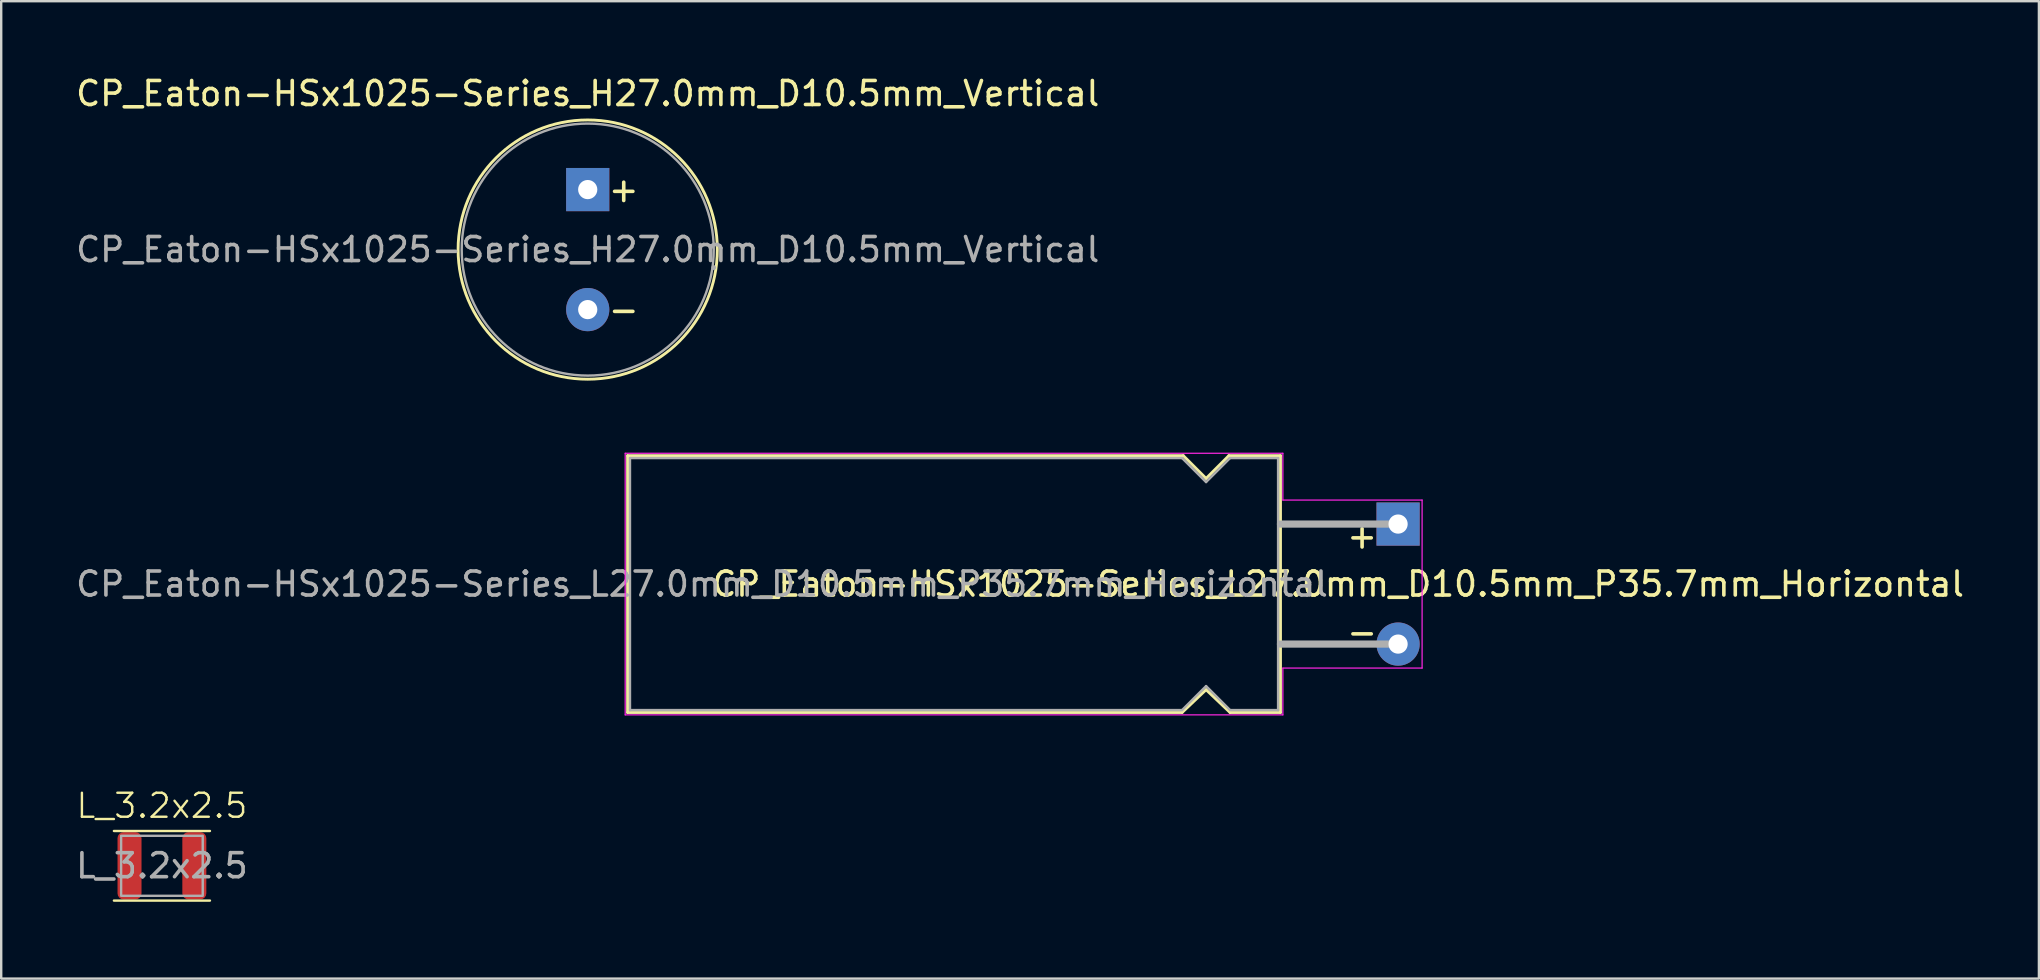
<source format=kicad_pcb>
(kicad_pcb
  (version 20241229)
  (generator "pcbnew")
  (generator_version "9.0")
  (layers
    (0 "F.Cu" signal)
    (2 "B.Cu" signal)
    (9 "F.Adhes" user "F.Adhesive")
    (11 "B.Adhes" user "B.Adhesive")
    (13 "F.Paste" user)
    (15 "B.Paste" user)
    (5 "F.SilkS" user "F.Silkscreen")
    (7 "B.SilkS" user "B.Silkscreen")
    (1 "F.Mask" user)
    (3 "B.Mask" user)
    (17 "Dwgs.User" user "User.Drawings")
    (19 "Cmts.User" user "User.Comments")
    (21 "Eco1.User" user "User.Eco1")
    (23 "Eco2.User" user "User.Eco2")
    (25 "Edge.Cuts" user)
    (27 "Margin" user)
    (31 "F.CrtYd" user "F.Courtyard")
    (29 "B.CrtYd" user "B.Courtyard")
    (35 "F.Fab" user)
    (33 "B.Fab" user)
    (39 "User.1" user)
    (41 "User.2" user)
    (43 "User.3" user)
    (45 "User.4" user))
  (footprint "L_3.2x2.5"
    (layer "F.Cu")
    (at 3.696 33.019)
    (property "Reference" "L_3.2x2.5" (at 0 -2.5 0) (unlocked yes) (layer "F.SilkS") (effects (font (size 1 1) (thickness 0.1))))
    (attr smd)
    (fp_line (start -2 -1.45) (end 2 -1.45) (stroke (width 0.1) (type default)) (layer "F.SilkS"))
    (fp_line (start -2 1.45) (end 2 1.45) (stroke (width 0.1) (type default)) (layer "F.SilkS"))
    (fp_rect (start -2.2 -1.65) (end 2.2 1.65) (stroke (width 0.1) (type default)) (fill no) (layer "Margin"))
    (fp_rect (start -1.7 -1.25) (end 1.7 1.25) (stroke (width 0.1) (type default)) (fill no) (layer "F.Fab"))
    (fp_text user "${REFERENCE}" (at 0 0 0) (unlocked yes) (layer "F.Fab") (effects (font (size 1 1) (thickness 0.15))))
    (pad "1" smd roundrect (at -1.35 0) (size 1 2.8) (layers "F.Cu" "F.Mask" "F.Paste") (roundrect_rratio 0.25))
    (pad "2" smd roundrect (at 1.35 0) (size 1 2.8) (layers "F.Cu" "F.Mask" "F.Paste") (roundrect_rratio 0.25)))
  (footprint "CP_Eaton-HSx1025-Series_L27.0mm_D10.5mm_P35.7mm_Horizontal"
    (layer "F.Cu")
    (at 55.196 21.283)
    (property "Reference" "CP_Eaton-HSx1025-Series_L27.0mm_D10.5mm_P35.7mm_Horizontal" (at -2.5 0 0) (unlocked yes) (layer "F.SilkS") (effects (font (size 1 1) (thickness 0.15))))
    (attr through_hole)
    (fp_line (start -32.1 -5.35) (end -8.95 -5.35) (stroke (width 0.12) (type solid)) (layer "F.SilkS"))
    (fp_line (start -32.1 5.35) (end -32.1 -5.35) (stroke (width 0.12) (type solid)) (layer "F.SilkS"))
    (fp_line (start -9 5.35) (end -32.1 5.35) (stroke (width 0.12) (type solid)) (layer "F.SilkS"))
    (fp_line (start -8.95 -5.35) (end -8 -4.4) (stroke (width 0.12) (type solid)) (layer "F.SilkS"))
    (fp_line (start -8 -4.4) (end -7.05 -5.35) (stroke (width 0.12) (type solid)) (layer "F.SilkS"))
    (fp_line (start -8 4.4) (end -9 5.35) (stroke (width 0.12) (type solid)) (layer "F.SilkS"))
    (fp_line (start -7.05 -5.35) (end -4.9 -5.35) (stroke (width 0.12) (type solid)) (layer "F.SilkS"))
    (fp_line (start -7 5.35) (end -8 4.4) (stroke (width 0.12) (type solid)) (layer "F.SilkS"))
    (fp_line (start -4.9 -5.35) (end -4.9 5.35) (stroke (width 0.12) (type solid)) (layer "F.SilkS"))
    (fp_line (start -4.9 -2.5) (end -1.3 -2.5) (stroke (width 0.12) (type solid)) (layer "F.SilkS"))
    (fp_line (start -4.9 2.5) (end -1.3 2.5) (stroke (width 0.12) (type solid)) (layer "F.SilkS"))
    (fp_line (start -4.9 5.35) (end -7 5.35) (stroke (width 0.12) (type solid)) (layer "F.SilkS"))
    (fp_line (start -32.2 -5.45) (end -4.8 -5.45) (stroke (width 0.05) (type solid)) (layer "F.CrtYd"))
    (fp_line (start -32.2 5.45) (end -32.2 -5.45) (stroke (width 0.05) (type solid)) (layer "F.CrtYd"))
    (fp_line (start -4.8 -5.45) (end -4.8 -3.5) (stroke (width 0.05) (type solid)) (layer "F.CrtYd"))
    (fp_line (start -4.8 -3.5) (end 1 -3.5) (stroke (width 0.05) (type solid)) (layer "F.CrtYd"))
    (fp_line (start -4.8 3.5) (end -4.8 5.45) (stroke (width 0.05) (type solid)) (layer "F.CrtYd"))
    (fp_line (start -4.8 5.45) (end -32.2 5.45) (stroke (width 0.05) (type solid)) (layer "F.CrtYd"))
    (fp_line (start 1 -3.5) (end 1 3.5) (stroke (width 0.05) (type solid)) (layer "F.CrtYd"))
    (fp_line (start 1 3.5) (end -4.8 3.5) (stroke (width 0.05) (type solid)) (layer "F.CrtYd"))
    (fp_line (start -32 -5.25) (end -9 -5.25) (stroke (width 0.1) (type solid)) (layer "F.Fab"))
    (fp_line (start -32 5.25) (end -32 -5.25) (stroke (width 0.1) (type solid)) (layer "F.Fab"))
    (fp_line (start -9 -5.25) (end -8 -4.25) (stroke (width 0.1) (type solid)) (layer "F.Fab"))
    (fp_line (start -9 5.25) (end -32 5.25) (stroke (width 0.1) (type solid)) (layer "F.Fab"))
    (fp_line (start -8 -4.25) (end -7 -5.25) (stroke (width 0.1) (type solid)) (layer "F.Fab"))
    (fp_line (start -8 4.25) (end -9 5.25) (stroke (width 0.1) (type solid)) (layer "F.Fab"))
    (fp_line (start -7 -5.25) (end -5 -5.25) (stroke (width 0.1) (type solid)) (layer "F.Fab"))
    (fp_line (start -7 5.25) (end -8 4.25) (stroke (width 0.1) (type solid)) (layer "F.Fab"))
    (fp_line (start -5 -5.25) (end -5 5.25) (stroke (width 0.1) (type solid)) (layer "F.Fab"))
    (fp_line (start -5 5.25) (end -7 5.25) (stroke (width 0.1) (type solid)) (layer "F.Fab"))
    (fp_line (start 0 -2.5) (end -4.9 -2.5) (stroke (width 0.3) (type solid)) (layer "F.Fab"))
    (fp_line (start 0 2.5) (end -4.9 2.5) (stroke (width 0.3) (type solid)) (layer "F.Fab"))
    (fp_text user "+" (at -1.5 -2 0) (unlocked yes) (layer "F.SilkS") (effects (font (size 1 1) (thickness 0.15))))
    (fp_text user "-" (at -1.5 2 0) (unlocked yes) (layer "F.SilkS") (effects (font (size 1 1) (thickness 0.15))))
    (fp_text user "${REFERENCE}" (at -29 0 0) (unlocked yes) (layer "F.Fab") (effects (font (size 1 1) (thickness 0.15))))
    (pad "1" thru_hole rect (at 0 -2.5) (size 1.8 1.8) (drill 0.8) (layers "*.Cu" "*.Mask"))
    (pad "2" thru_hole circle (at 0 2.5) (size 1.8 1.8) (drill 0.8) (layers "*.Cu" "*.Mask")))
  (footprint "CP_Eaton-HSx1025-Series_H27.0mm_D10.5mm_Vertical"
    (layer "F.Cu")
    (at 21.435 7.348)
    (property "Reference" "CP_Eaton-HSx1025-Series_H27.0mm_D10.5mm_Vertical" (at 0 -6.5 0) (unlocked yes) (layer "F.SilkS") (effects (font (size 1 1) (thickness 0.15))))
    (attr through_hole)
    (fp_circle (center 0 0) (end 5.4 0) (stroke (width 0.12) (type solid)) (fill no) (layer "F.SilkS"))
    (fp_circle (center 0 0) (end 5.25 0) (stroke (width 0.1) (type solid)) (fill no) (layer "F.Fab"))
    (fp_circle (center 5.25 0.75) (end 5.25 0.75) (stroke (width 0.1) (type solid)) (fill no) (layer "F.Fab"))
    (fp_text user "+" (at 1.5 -2.5 0) (unlocked yes) (layer "F.SilkS") (effects (font (size 1 1) (thickness 0.15))))
    (fp_text user "-" (at 1.5 2.5 0) (unlocked yes) (layer "F.SilkS") (effects (font (size 1 1) (thickness 0.15))))
    (fp_text user "${REFERENCE}" (at 0 0 0) (unlocked yes) (layer "F.Fab") (effects (font (size 1 1) (thickness 0.15))))
    (pad "1" thru_hole rect (at 0 -2.5) (size 1.8 1.8) (drill 0.8) (layers "*.Cu" "*.Mask"))
    (pad "2" thru_hole circle (at 0 2.5) (size 1.8 1.8) (drill 0.8) (layers "*.Cu" "*.Mask")))
  (gr_rect
    (start -3 -3)
    (end 81.893 37.719)
    (stroke (width 0.1) (type default))
    (fill no)
    (layer "Edge.Cuts")))
</source>
